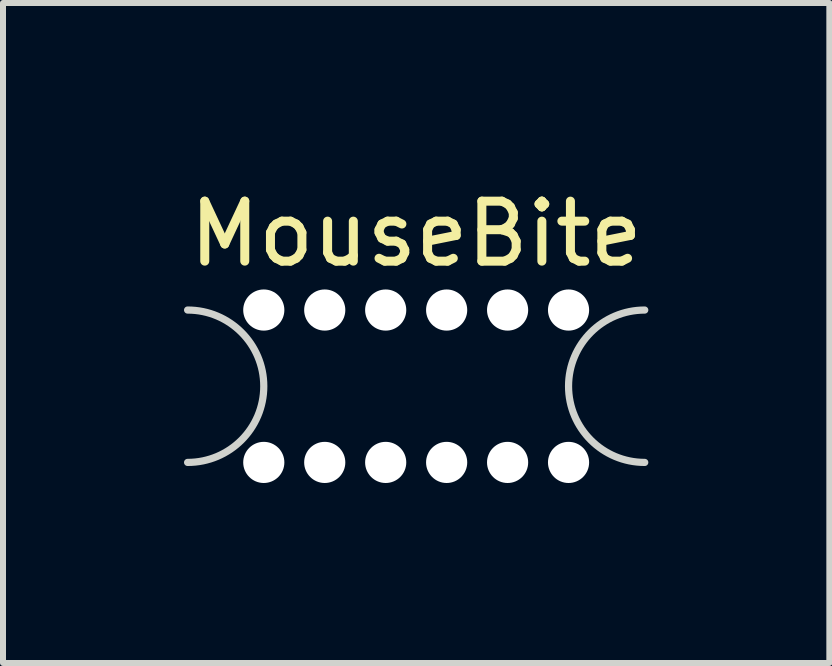
<source format=kicad_pcb>
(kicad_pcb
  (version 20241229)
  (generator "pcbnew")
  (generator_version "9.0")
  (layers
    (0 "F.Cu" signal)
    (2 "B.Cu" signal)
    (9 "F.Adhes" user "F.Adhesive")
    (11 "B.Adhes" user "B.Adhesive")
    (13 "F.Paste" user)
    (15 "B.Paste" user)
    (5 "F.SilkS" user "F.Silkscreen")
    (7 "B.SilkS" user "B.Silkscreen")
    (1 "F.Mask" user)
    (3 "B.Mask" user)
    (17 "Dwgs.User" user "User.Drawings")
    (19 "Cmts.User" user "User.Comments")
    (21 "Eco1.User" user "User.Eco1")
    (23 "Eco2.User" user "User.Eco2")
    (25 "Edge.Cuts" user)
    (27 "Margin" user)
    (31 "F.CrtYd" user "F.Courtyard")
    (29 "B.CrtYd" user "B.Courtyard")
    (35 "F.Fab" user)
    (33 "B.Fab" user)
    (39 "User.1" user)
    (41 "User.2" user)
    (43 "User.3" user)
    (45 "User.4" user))
  (footprint "MouseBite"
    (layer "F.Cu")
    (at 3.887 3.388)
    (property "Reference" "MouseBite" (at 0 -2.54 0) (unlocked yes) (layer "F.SilkS") (effects (font (size 1 1) (thickness 0.15))))
    (attr through_hole)
    (fp_arc (start -3.81 -1.27) (mid -2.54 0) (end -3.81 1.27) (stroke (width 0.12) (type default)) (layer "Edge.Cuts"))
    (fp_arc (start 3.81 1.27) (mid 2.54 0) (end 3.81 -1.27) (stroke (width 0.12) (type default)) (layer "Edge.Cuts"))
    (pad "" np_thru_hole circle (at -2.54 -1.27) (size 0.686 0.686) (drill 0.686) (layers "*.Cu" "*.Mask"))
    (pad "" np_thru_hole circle (at -2.54 1.27) (size 0.686 0.686) (drill 0.686) (layers "*.Cu" "*.Mask"))
    (pad "" np_thru_hole circle (at -1.524 -1.27) (size 0.686 0.686) (drill 0.686) (layers "*.Cu" "*.Mask"))
    (pad "" np_thru_hole circle (at -1.524 1.27) (size 0.686 0.686) (drill 0.686) (layers "*.Cu" "*.Mask"))
    (pad "" np_thru_hole circle (at -0.508 -1.27) (size 0.686 0.686) (drill 0.686) (layers "*.Cu" "*.Mask"))
    (pad "" np_thru_hole circle (at -0.508 1.27) (size 0.686 0.686) (drill 0.686) (layers "*.Cu" "*.Mask"))
    (pad "" np_thru_hole circle (at 0.508 -1.27) (size 0.686 0.686) (drill 0.686) (layers "*.Cu" "*.Mask"))
    (pad "" np_thru_hole circle (at 0.508 1.27) (size 0.686 0.686) (drill 0.686) (layers "*.Cu" "*.Mask"))
    (pad "" np_thru_hole circle (at 1.524 -1.27) (size 0.686 0.686) (drill 0.686) (layers "*.Cu" "*.Mask"))
    (pad "" np_thru_hole circle (at 1.524 1.27) (size 0.686 0.686) (drill 0.686) (layers "*.Cu" "*.Mask"))
    (pad "" np_thru_hole circle (at 2.54 -1.27) (size 0.686 0.686) (drill 0.686) (layers "*.Cu" "*.Mask"))
    (pad "" np_thru_hole circle (at 2.54 1.27) (size 0.686 0.686) (drill 0.686) (layers "*.Cu" "*.Mask")))
  (gr_rect
    (start -3 -3)
    (end 10.774 8.001)
    (stroke (width 0.1) (type default))
    (fill no)
    (layer "Edge.Cuts")))
</source>
